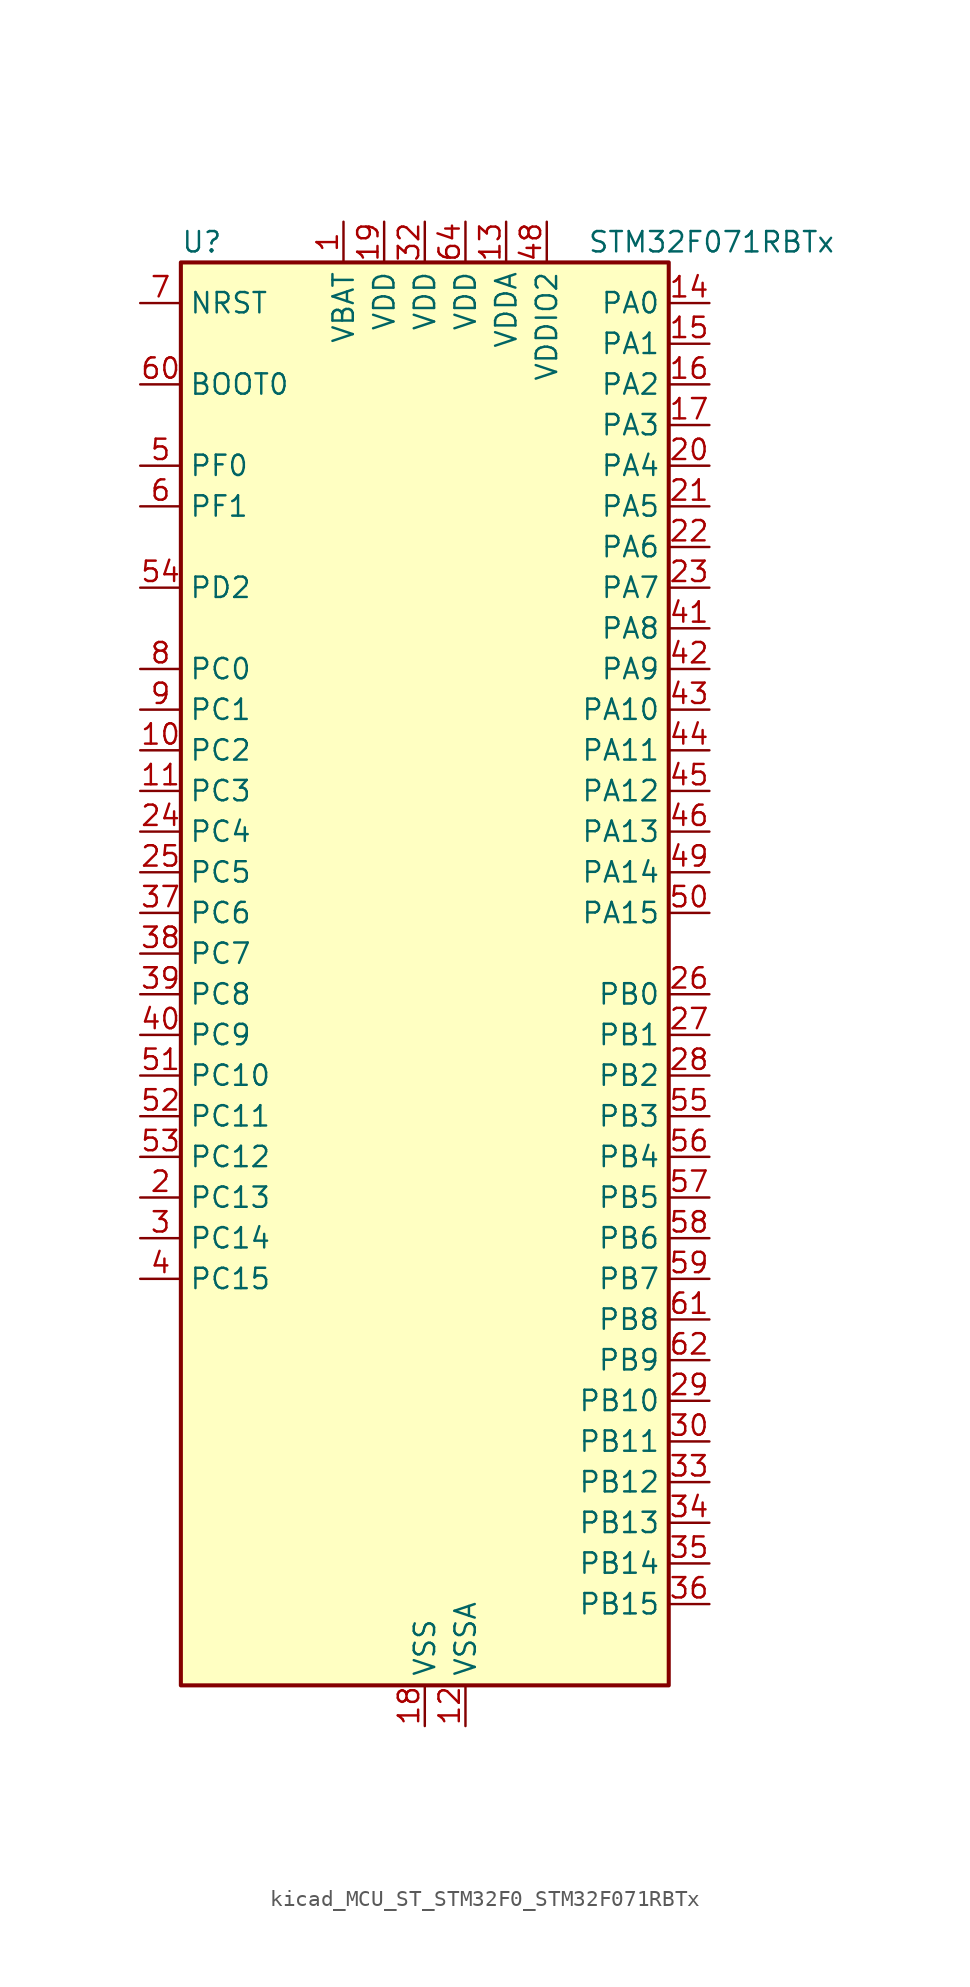
<source format=kicad_sym>
(kicad_symbol_lib
  (version 20220914)
  (generator kicad_symbol_editor)
  (symbol "kicad_MCU_ST_STM32F0_STM32F071RBTx"
    (property "Reference" "U"
      (at -15.24 46.99 0)
      (effects (font (size 1.27 1.27)) (justify left)))
    (property "Value" "STM32F071RBTx"
      (at 10.16 46.99 0)
      (effects (font (size 1.27 1.27)) (justify left)))
    (property "ki_locked" ""
      (at 0 0 0)
      (effects (font (size 1.27 1.27))))
    (symbol "kicad_MCU_ST_STM32F0_STM32F071RBTx_0_1"
      (rectangle (start -15.24 -43.18) (end 15.24 45.72) (stroke (width 0.254) (type default)) (fill (type background))))
    (symbol "kicad_MCU_ST_STM32F0_STM32F071RBTx_1_1"
      (pin power_in line (at -5.08 48.26 270) (length 2.54) (name "VBAT" (effects (font (size 1.27 1.27)))) (number "1" (effects (font (size 1.27 1.27)))))
      (pin bidirectional line (at -17.78 15.24 0) (length 2.54) (name "PC2" (effects (font (size 1.27 1.27)))) (number "10" (effects (font (size 1.27 1.27)))) (alternate "ADC_IN12" bidirectional line) (alternate "I2S2_MCK" bidirectional line) (alternate "SPI2_MISO" bidirectional line))
      (pin bidirectional line (at -17.78 12.7 0) (length 2.54) (name "PC3" (effects (font (size 1.27 1.27)))) (number "11" (effects (font (size 1.27 1.27)))) (alternate "ADC_IN13" bidirectional line) (alternate "I2S2_SD" bidirectional line) (alternate "SPI2_MOSI" bidirectional line))
      (pin power_in line (at 2.54 -45.72 90) (length 2.54) (name "VSSA" (effects (font (size 1.27 1.27)))) (number "12" (effects (font (size 1.27 1.27)))))
      (pin power_in line (at 5.08 48.26 270) (length 2.54) (name "VDDA" (effects (font (size 1.27 1.27)))) (number "13" (effects (font (size 1.27 1.27)))))
      (pin bidirectional line (at 17.78 43.18 180) (length 2.54) (name "PA0" (effects (font (size 1.27 1.27)))) (number "14" (effects (font (size 1.27 1.27)))) (alternate "ADC_IN0" bidirectional line) (alternate "COMP1_INM" bidirectional line) (alternate "COMP1_OUT" bidirectional line) (alternate "RTC_TAMP2" bidirectional line) (alternate "SYS_WKUP1" bidirectional line) (alternate "TIM2_CH1" bidirectional line) (alternate "TIM2_ETR" bidirectional line) (alternate "TSC_G1_IO1" bidirectional line) (alternate "USART2_CTS" bidirectional line) (alternate "USART4_TX" bidirectional line))
      (pin bidirectional line (at 17.78 40.64 180) (length 2.54) (name "PA1" (effects (font (size 1.27 1.27)))) (number "15" (effects (font (size 1.27 1.27)))) (alternate "ADC_IN1" bidirectional line) (alternate "COMP1_INP" bidirectional line) (alternate "TIM15_CH1N" bidirectional line) (alternate "TIM2_CH2" bidirectional line) (alternate "TSC_G1_IO2" bidirectional line) (alternate "USART2_DE" bidirectional line) (alternate "USART2_RTS" bidirectional line) (alternate "USART4_RX" bidirectional line))
      (pin bidirectional line (at 17.78 38.1 180) (length 2.54) (name "PA2" (effects (font (size 1.27 1.27)))) (number "16" (effects (font (size 1.27 1.27)))) (alternate "ADC_IN2" bidirectional line) (alternate "COMP2_INM" bidirectional line) (alternate "COMP2_OUT" bidirectional line) (alternate "SYS_WKUP4" bidirectional line) (alternate "TIM15_CH1" bidirectional line) (alternate "TIM2_CH3" bidirectional line) (alternate "TSC_G1_IO3" bidirectional line) (alternate "USART2_TX" bidirectional line))
      (pin bidirectional line (at 17.78 35.56 180) (length 2.54) (name "PA3" (effects (font (size 1.27 1.27)))) (number "17" (effects (font (size 1.27 1.27)))) (alternate "ADC_IN3" bidirectional line) (alternate "COMP2_INP" bidirectional line) (alternate "TIM15_CH2" bidirectional line) (alternate "TIM2_CH4" bidirectional line) (alternate "TSC_G1_IO4" bidirectional line) (alternate "USART2_RX" bidirectional line))
      (pin power_in line (at 0 -45.72 90) (length 2.54) (name "VSS" (effects (font (size 1.27 1.27)))) (number "18" (effects (font (size 1.27 1.27)))))
      (pin power_in line (at -2.54 48.26 270) (length 2.54) (name "VDD" (effects (font (size 1.27 1.27)))) (number "19" (effects (font (size 1.27 1.27)))))
      (pin bidirectional line (at -17.78 -12.7 0) (length 2.54) (name "PC13" (effects (font (size 1.27 1.27)))) (number "2" (effects (font (size 1.27 1.27)))) (alternate "RTC_OUT_ALARM" bidirectional line) (alternate "RTC_OUT_CALIB" bidirectional line) (alternate "RTC_TAMP1" bidirectional line) (alternate "RTC_TS" bidirectional line) (alternate "SYS_WKUP2" bidirectional line))
      (pin bidirectional line (at 17.78 33.02 180) (length 2.54) (name "PA4" (effects (font (size 1.27 1.27)))) (number "20" (effects (font (size 1.27 1.27)))) (alternate "ADC_IN4" bidirectional line) (alternate "COMP1_INM" bidirectional line) (alternate "COMP2_INM" bidirectional line) (alternate "DAC_OUT1" bidirectional line) (alternate "I2S1_WS" bidirectional line) (alternate "SPI1_NSS" bidirectional line) (alternate "TIM14_CH1" bidirectional line) (alternate "TSC_G2_IO1" bidirectional line) (alternate "USART2_CK" bidirectional line))
      (pin bidirectional line (at 17.78 30.48 180) (length 2.54) (name "PA5" (effects (font (size 1.27 1.27)))) (number "21" (effects (font (size 1.27 1.27)))) (alternate "ADC_IN5" bidirectional line) (alternate "CEC" bidirectional line) (alternate "COMP1_INM" bidirectional line) (alternate "COMP2_INM" bidirectional line) (alternate "DAC_OUT2" bidirectional line) (alternate "I2S1_CK" bidirectional line) (alternate "SPI1_SCK" bidirectional line) (alternate "TIM2_CH1" bidirectional line) (alternate "TIM2_ETR" bidirectional line) (alternate "TSC_G2_IO2" bidirectional line))
      (pin bidirectional line (at 17.78 27.94 180) (length 2.54) (name "PA6" (effects (font (size 1.27 1.27)))) (number "22" (effects (font (size 1.27 1.27)))) (alternate "ADC_IN6" bidirectional line) (alternate "COMP1_OUT" bidirectional line) (alternate "I2S1_MCK" bidirectional line) (alternate "SPI1_MISO" bidirectional line) (alternate "TIM16_CH1" bidirectional line) (alternate "TIM1_BKIN" bidirectional line) (alternate "TIM3_CH1" bidirectional line) (alternate "TSC_G2_IO3" bidirectional line) (alternate "USART3_CTS" bidirectional line))
      (pin bidirectional line (at 17.78 25.4 180) (length 2.54) (name "PA7" (effects (font (size 1.27 1.27)))) (number "23" (effects (font (size 1.27 1.27)))) (alternate "ADC_IN7" bidirectional line) (alternate "COMP2_OUT" bidirectional line) (alternate "I2S1_SD" bidirectional line) (alternate "SPI1_MOSI" bidirectional line) (alternate "TIM14_CH1" bidirectional line) (alternate "TIM17_CH1" bidirectional line) (alternate "TIM1_CH1N" bidirectional line) (alternate "TIM3_CH2" bidirectional line) (alternate "TSC_G2_IO4" bidirectional line))
      (pin bidirectional line (at -17.78 10.16 0) (length 2.54) (name "PC4" (effects (font (size 1.27 1.27)))) (number "24" (effects (font (size 1.27 1.27)))) (alternate "ADC_IN14" bidirectional line) (alternate "USART3_TX" bidirectional line))
      (pin bidirectional line (at -17.78 7.62 0) (length 2.54) (name "PC5" (effects (font (size 1.27 1.27)))) (number "25" (effects (font (size 1.27 1.27)))) (alternate "ADC_IN15" bidirectional line) (alternate "SYS_WKUP5" bidirectional line) (alternate "TSC_G3_IO1" bidirectional line) (alternate "USART3_RX" bidirectional line))
      (pin bidirectional line (at 17.78 0 180) (length 2.54) (name "PB0" (effects (font (size 1.27 1.27)))) (number "26" (effects (font (size 1.27 1.27)))) (alternate "ADC_IN8" bidirectional line) (alternate "TIM1_CH2N" bidirectional line) (alternate "TIM3_CH3" bidirectional line) (alternate "TSC_G3_IO2" bidirectional line) (alternate "USART3_CK" bidirectional line))
      (pin bidirectional line (at 17.78 -2.54 180) (length 2.54) (name "PB1" (effects (font (size 1.27 1.27)))) (number "27" (effects (font (size 1.27 1.27)))) (alternate "ADC_IN9" bidirectional line) (alternate "TIM14_CH1" bidirectional line) (alternate "TIM1_CH3N" bidirectional line) (alternate "TIM3_CH4" bidirectional line) (alternate "TSC_G3_IO3" bidirectional line) (alternate "USART3_DE" bidirectional line) (alternate "USART3_RTS" bidirectional line))
      (pin bidirectional line (at 17.78 -5.08 180) (length 2.54) (name "PB2" (effects (font (size 1.27 1.27)))) (number "28" (effects (font (size 1.27 1.27)))) (alternate "TSC_G3_IO4" bidirectional line))
      (pin bidirectional line (at 17.78 -25.4 180) (length 2.54) (name "PB10" (effects (font (size 1.27 1.27)))) (number "29" (effects (font (size 1.27 1.27)))) (alternate "CEC" bidirectional line) (alternate "I2C2_SCL" bidirectional line) (alternate "I2S2_CK" bidirectional line) (alternate "SPI2_SCK" bidirectional line) (alternate "TIM2_CH3" bidirectional line) (alternate "TSC_SYNC" bidirectional line) (alternate "USART3_TX" bidirectional line))
      (pin bidirectional line (at -17.78 -15.24 0) (length 2.54) (name "PC14" (effects (font (size 1.27 1.27)))) (number "3" (effects (font (size 1.27 1.27)))) (alternate "RCC_OSC32_IN" bidirectional line))
      (pin bidirectional line (at 17.78 -27.94 180) (length 2.54) (name "PB11" (effects (font (size 1.27 1.27)))) (number "30" (effects (font (size 1.27 1.27)))) (alternate "I2C2_SDA" bidirectional line) (alternate "TIM2_CH4" bidirectional line) (alternate "TSC_G6_IO1" bidirectional line) (alternate "USART3_RX" bidirectional line))
      (pin passive line (at 0 -45.72 90) (length 2.54) hide (name "VSS" (effects (font (size 1.27 1.27)))) (number "31" (effects (font (size 1.27 1.27)))))
      (pin power_in line (at 0 48.26 270) (length 2.54) (name "VDD" (effects (font (size 1.27 1.27)))) (number "32" (effects (font (size 1.27 1.27)))))
      (pin bidirectional line (at 17.78 -30.48 180) (length 2.54) (name "PB12" (effects (font (size 1.27 1.27)))) (number "33" (effects (font (size 1.27 1.27)))) (alternate "I2S2_WS" bidirectional line) (alternate "SPI2_NSS" bidirectional line) (alternate "TIM15_BKIN" bidirectional line) (alternate "TIM1_BKIN" bidirectional line) (alternate "TSC_G6_IO2" bidirectional line) (alternate "USART3_CK" bidirectional line))
      (pin bidirectional line (at 17.78 -33.02 180) (length 2.54) (name "PB13" (effects (font (size 1.27 1.27)))) (number "34" (effects (font (size 1.27 1.27)))) (alternate "I2C2_SCL" bidirectional line) (alternate "I2S2_CK" bidirectional line) (alternate "SPI2_SCK" bidirectional line) (alternate "TIM1_CH1N" bidirectional line) (alternate "TSC_G6_IO3" bidirectional line) (alternate "USART3_CTS" bidirectional line))
      (pin bidirectional line (at 17.78 -35.56 180) (length 2.54) (name "PB14" (effects (font (size 1.27 1.27)))) (number "35" (effects (font (size 1.27 1.27)))) (alternate "I2C2_SDA" bidirectional line) (alternate "I2S2_MCK" bidirectional line) (alternate "SPI2_MISO" bidirectional line) (alternate "TIM15_CH1" bidirectional line) (alternate "TIM1_CH2N" bidirectional line) (alternate "TSC_G6_IO4" bidirectional line) (alternate "USART3_DE" bidirectional line) (alternate "USART3_RTS" bidirectional line))
      (pin bidirectional line (at 17.78 -38.1 180) (length 2.54) (name "PB15" (effects (font (size 1.27 1.27)))) (number "36" (effects (font (size 1.27 1.27)))) (alternate "I2S2_SD" bidirectional line) (alternate "RTC_REFIN" bidirectional line) (alternate "SPI2_MOSI" bidirectional line) (alternate "SYS_WKUP7" bidirectional line) (alternate "TIM15_CH1N" bidirectional line) (alternate "TIM15_CH2" bidirectional line) (alternate "TIM1_CH3N" bidirectional line))
      (pin bidirectional line (at -17.78 5.08 0) (length 2.54) (name "PC6" (effects (font (size 1.27 1.27)))) (number "37" (effects (font (size 1.27 1.27)))) (alternate "TIM3_CH1" bidirectional line))
      (pin bidirectional line (at -17.78 2.54 0) (length 2.54) (name "PC7" (effects (font (size 1.27 1.27)))) (number "38" (effects (font (size 1.27 1.27)))) (alternate "TIM3_CH2" bidirectional line))
      (pin bidirectional line (at -17.78 0 0) (length 2.54) (name "PC8" (effects (font (size 1.27 1.27)))) (number "39" (effects (font (size 1.27 1.27)))) (alternate "TIM3_CH3" bidirectional line))
      (pin bidirectional line (at -17.78 -17.78 0) (length 2.54) (name "PC15" (effects (font (size 1.27 1.27)))) (number "4" (effects (font (size 1.27 1.27)))) (alternate "RCC_OSC32_OUT" bidirectional line))
      (pin bidirectional line (at -17.78 -2.54 0) (length 2.54) (name "PC9" (effects (font (size 1.27 1.27)))) (number "40" (effects (font (size 1.27 1.27)))) (alternate "DAC_EXTI9" bidirectional line) (alternate "TIM3_CH4" bidirectional line))
      (pin bidirectional line (at 17.78 22.86 180) (length 2.54) (name "PA8" (effects (font (size 1.27 1.27)))) (number "41" (effects (font (size 1.27 1.27)))) (alternate "CRS_SYNC" bidirectional line) (alternate "RCC_MCO" bidirectional line) (alternate "TIM1_CH1" bidirectional line) (alternate "USART1_CK" bidirectional line))
      (pin bidirectional line (at 17.78 20.32 180) (length 2.54) (name "PA9" (effects (font (size 1.27 1.27)))) (number "42" (effects (font (size 1.27 1.27)))) (alternate "DAC_EXTI9" bidirectional line) (alternate "TIM15_BKIN" bidirectional line) (alternate "TIM1_CH2" bidirectional line) (alternate "TSC_G4_IO1" bidirectional line) (alternate "USART1_TX" bidirectional line))
      (pin bidirectional line (at 17.78 17.78 180) (length 2.54) (name "PA10" (effects (font (size 1.27 1.27)))) (number "43" (effects (font (size 1.27 1.27)))) (alternate "TIM17_BKIN" bidirectional line) (alternate "TIM1_CH3" bidirectional line) (alternate "TSC_G4_IO2" bidirectional line) (alternate "USART1_RX" bidirectional line))
      (pin bidirectional line (at 17.78 15.24 180) (length 2.54) (name "PA11" (effects (font (size 1.27 1.27)))) (number "44" (effects (font (size 1.27 1.27)))) (alternate "COMP1_OUT" bidirectional line) (alternate "TIM1_CH4" bidirectional line) (alternate "TSC_G4_IO3" bidirectional line) (alternate "USART1_CTS" bidirectional line))
      (pin bidirectional line (at 17.78 12.7 180) (length 2.54) (name "PA12" (effects (font (size 1.27 1.27)))) (number "45" (effects (font (size 1.27 1.27)))) (alternate "COMP2_OUT" bidirectional line) (alternate "TIM1_ETR" bidirectional line) (alternate "TSC_G4_IO4" bidirectional line) (alternate "USART1_DE" bidirectional line) (alternate "USART1_RTS" bidirectional line))
      (pin bidirectional line (at 17.78 10.16 180) (length 2.54) (name "PA13" (effects (font (size 1.27 1.27)))) (number "46" (effects (font (size 1.27 1.27)))) (alternate "IR_OUT" bidirectional line) (alternate "SYS_SWDIO" bidirectional line))
      (pin passive line (at 0 -45.72 90) (length 2.54) hide (name "VSS" (effects (font (size 1.27 1.27)))) (number "47" (effects (font (size 1.27 1.27)))))
      (pin power_in line (at 7.62 48.26 270) (length 2.54) (name "VDDIO2" (effects (font (size 1.27 1.27)))) (number "48" (effects (font (size 1.27 1.27)))))
      (pin bidirectional line (at 17.78 7.62 180) (length 2.54) (name "PA14" (effects (font (size 1.27 1.27)))) (number "49" (effects (font (size 1.27 1.27)))) (alternate "SYS_SWCLK" bidirectional line) (alternate "USART2_TX" bidirectional line))
      (pin bidirectional line (at -17.78 33.02 0) (length 2.54) (name "PF0" (effects (font (size 1.27 1.27)))) (number "5" (effects (font (size 1.27 1.27)))) (alternate "CRS_SYNC" bidirectional line) (alternate "RCC_OSC_IN" bidirectional line))
      (pin bidirectional line (at 17.78 5.08 180) (length 2.54) (name "PA15" (effects (font (size 1.27 1.27)))) (number "50" (effects (font (size 1.27 1.27)))) (alternate "I2S1_WS" bidirectional line) (alternate "SPI1_NSS" bidirectional line) (alternate "TIM2_CH1" bidirectional line) (alternate "TIM2_ETR" bidirectional line) (alternate "USART2_RX" bidirectional line) (alternate "USART4_DE" bidirectional line) (alternate "USART4_RTS" bidirectional line))
      (pin bidirectional line (at -17.78 -5.08 0) (length 2.54) (name "PC10" (effects (font (size 1.27 1.27)))) (number "51" (effects (font (size 1.27 1.27)))) (alternate "USART3_TX" bidirectional line) (alternate "USART4_TX" bidirectional line))
      (pin bidirectional line (at -17.78 -7.62 0) (length 2.54) (name "PC11" (effects (font (size 1.27 1.27)))) (number "52" (effects (font (size 1.27 1.27)))) (alternate "USART3_RX" bidirectional line) (alternate "USART4_RX" bidirectional line))
      (pin bidirectional line (at -17.78 -10.16 0) (length 2.54) (name "PC12" (effects (font (size 1.27 1.27)))) (number "53" (effects (font (size 1.27 1.27)))) (alternate "USART3_CK" bidirectional line) (alternate "USART4_CK" bidirectional line))
      (pin bidirectional line (at -17.78 25.4 0) (length 2.54) (name "PD2" (effects (font (size 1.27 1.27)))) (number "54" (effects (font (size 1.27 1.27)))) (alternate "TIM3_ETR" bidirectional line) (alternate "USART3_DE" bidirectional line) (alternate "USART3_RTS" bidirectional line))
      (pin bidirectional line (at 17.78 -7.62 180) (length 2.54) (name "PB3" (effects (font (size 1.27 1.27)))) (number "55" (effects (font (size 1.27 1.27)))) (alternate "I2S1_CK" bidirectional line) (alternate "SPI1_SCK" bidirectional line) (alternate "TIM2_CH2" bidirectional line) (alternate "TSC_G5_IO1" bidirectional line))
      (pin bidirectional line (at 17.78 -10.16 180) (length 2.54) (name "PB4" (effects (font (size 1.27 1.27)))) (number "56" (effects (font (size 1.27 1.27)))) (alternate "I2S1_MCK" bidirectional line) (alternate "SPI1_MISO" bidirectional line) (alternate "TIM17_BKIN" bidirectional line) (alternate "TIM3_CH1" bidirectional line) (alternate "TSC_G5_IO2" bidirectional line))
      (pin bidirectional line (at 17.78 -12.7 180) (length 2.54) (name "PB5" (effects (font (size 1.27 1.27)))) (number "57" (effects (font (size 1.27 1.27)))) (alternate "I2C1_SMBA" bidirectional line) (alternate "I2S1_SD" bidirectional line) (alternate "SPI1_MOSI" bidirectional line) (alternate "SYS_WKUP6" bidirectional line) (alternate "TIM16_BKIN" bidirectional line) (alternate "TIM3_CH2" bidirectional line))
      (pin bidirectional line (at 17.78 -15.24 180) (length 2.54) (name "PB6" (effects (font (size 1.27 1.27)))) (number "58" (effects (font (size 1.27 1.27)))) (alternate "I2C1_SCL" bidirectional line) (alternate "TIM16_CH1N" bidirectional line) (alternate "TSC_G5_IO3" bidirectional line) (alternate "USART1_TX" bidirectional line))
      (pin bidirectional line (at 17.78 -17.78 180) (length 2.54) (name "PB7" (effects (font (size 1.27 1.27)))) (number "59" (effects (font (size 1.27 1.27)))) (alternate "I2C1_SDA" bidirectional line) (alternate "TIM17_CH1N" bidirectional line) (alternate "TSC_G5_IO4" bidirectional line) (alternate "USART1_RX" bidirectional line) (alternate "USART4_CTS" bidirectional line))
      (pin bidirectional line (at -17.78 30.48 0) (length 2.54) (name "PF1" (effects (font (size 1.27 1.27)))) (number "6" (effects (font (size 1.27 1.27)))) (alternate "RCC_OSC_OUT" bidirectional line))
      (pin input line (at -17.78 38.1 0) (length 2.54) (name "BOOT0" (effects (font (size 1.27 1.27)))) (number "60" (effects (font (size 1.27 1.27)))))
      (pin bidirectional line (at 17.78 -20.32 180) (length 2.54) (name "PB8" (effects (font (size 1.27 1.27)))) (number "61" (effects (font (size 1.27 1.27)))) (alternate "CEC" bidirectional line) (alternate "I2C1_SCL" bidirectional line) (alternate "TIM16_CH1" bidirectional line) (alternate "TSC_SYNC" bidirectional line))
      (pin bidirectional line (at 17.78 -22.86 180) (length 2.54) (name "PB9" (effects (font (size 1.27 1.27)))) (number "62" (effects (font (size 1.27 1.27)))) (alternate "DAC_EXTI9" bidirectional line) (alternate "I2C1_SDA" bidirectional line) (alternate "I2S2_WS" bidirectional line) (alternate "IR_OUT" bidirectional line) (alternate "SPI2_NSS" bidirectional line) (alternate "TIM17_CH1" bidirectional line))
      (pin passive line (at 0 -45.72 90) (length 2.54) hide (name "VSS" (effects (font (size 1.27 1.27)))) (number "63" (effects (font (size 1.27 1.27)))))
      (pin power_in line (at 2.54 48.26 270) (length 2.54) (name "VDD" (effects (font (size 1.27 1.27)))) (number "64" (effects (font (size 1.27 1.27)))))
      (pin input line (at -17.78 43.18 0) (length 2.54) (name "NRST" (effects (font (size 1.27 1.27)))) (number "7" (effects (font (size 1.27 1.27)))))
      (pin bidirectional line (at -17.78 20.32 0) (length 2.54) (name "PC0" (effects (font (size 1.27 1.27)))) (number "8" (effects (font (size 1.27 1.27)))) (alternate "ADC_IN10" bidirectional line))
      (pin bidirectional line (at -17.78 17.78 0) (length 2.54) (name "PC1" (effects (font (size 1.27 1.27)))) (number "9" (effects (font (size 1.27 1.27)))) (alternate "ADC_IN11" bidirectional line)))))
</source>
